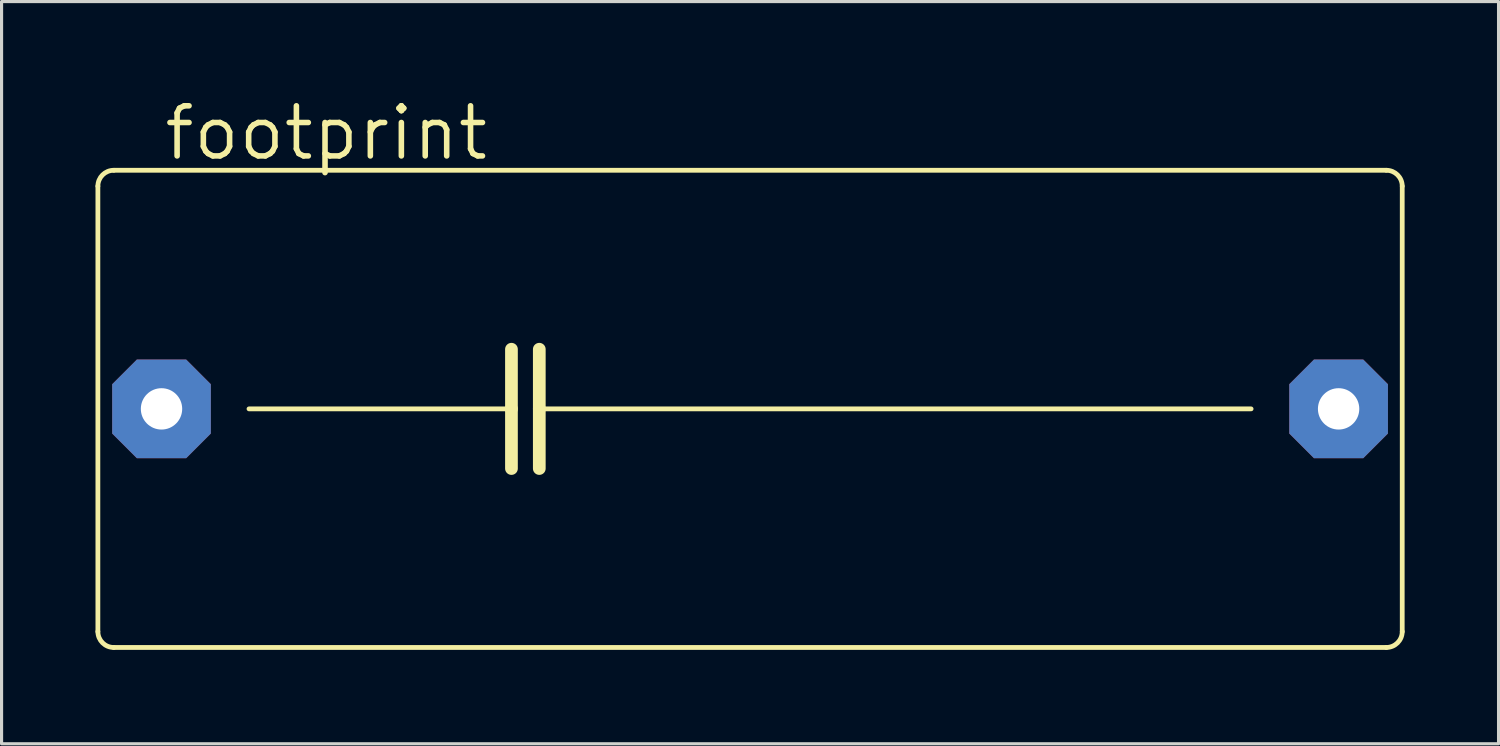
<source format=kicad_pcb>
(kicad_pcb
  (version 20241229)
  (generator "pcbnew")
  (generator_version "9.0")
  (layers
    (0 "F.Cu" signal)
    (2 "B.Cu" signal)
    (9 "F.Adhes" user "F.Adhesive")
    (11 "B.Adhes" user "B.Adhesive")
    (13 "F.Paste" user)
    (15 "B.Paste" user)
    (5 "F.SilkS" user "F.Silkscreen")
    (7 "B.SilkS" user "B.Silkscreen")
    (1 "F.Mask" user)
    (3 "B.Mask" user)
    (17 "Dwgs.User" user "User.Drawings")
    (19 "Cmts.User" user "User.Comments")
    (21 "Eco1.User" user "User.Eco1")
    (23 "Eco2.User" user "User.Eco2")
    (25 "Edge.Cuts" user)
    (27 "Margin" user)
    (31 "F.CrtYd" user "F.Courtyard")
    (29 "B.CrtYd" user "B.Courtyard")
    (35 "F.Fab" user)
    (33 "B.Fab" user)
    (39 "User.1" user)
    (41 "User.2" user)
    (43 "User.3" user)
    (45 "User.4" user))
  (footprint "footprint"
    (layer "F.Cu")
    (at 20.904 10.008)
    (property "Reference" "footprint" (at -18.796 -7.874 0) (layer "F.SilkS") (effects (font (size 1.6 1.6) (thickness 0.178)) (justify left bottom)))
    (fp_line (start -20.828 7.112) (end -20.828 -7.112) (stroke (width 0.152) (type solid)) (layer "F.SilkS"))
    (fp_line (start -20.32 -7.62) (end 20.32 -7.62) (stroke (width 0.152) (type solid)) (layer "F.SilkS"))
    (fp_line (start -16.002 0) (end -7.62 0) (stroke (width 0.152) (type solid)) (layer "F.SilkS"))
    (fp_line (start -7.62 -1.905) (end -7.62 0) (stroke (width 0.406) (type solid)) (layer "F.SilkS"))
    (fp_line (start -7.62 0) (end -7.62 1.905) (stroke (width 0.406) (type solid)) (layer "F.SilkS"))
    (fp_line (start -6.731 -1.905) (end -6.731 0) (stroke (width 0.406) (type solid)) (layer "F.SilkS"))
    (fp_line (start -6.731 0) (end -6.731 1.905) (stroke (width 0.406) (type solid)) (layer "F.SilkS"))
    (fp_line (start -6.731 0) (end 16.002 0) (stroke (width 0.152) (type solid)) (layer "F.SilkS"))
    (fp_line (start 20.32 7.62) (end -20.32 7.62) (stroke (width 0.152) (type solid)) (layer "F.SilkS"))
    (fp_line (start 20.828 -7.112) (end 20.828 7.112) (stroke (width 0.152) (type solid)) (layer "F.SilkS"))
    (fp_arc (start -20.828 -7.112) (mid -20.67921 -7.47121) (end -20.32 -7.62) (stroke (width 0.1524) (type solid)) (layer "F.SilkS"))
    (fp_arc (start -20.32 7.62) (mid -20.67921 7.47121) (end -20.828 7.112) (stroke (width 0.1524) (type solid)) (layer "F.SilkS"))
    (fp_arc (start 20.32 -7.62) (mid 20.67921 -7.47121) (end 20.828 -7.112) (stroke (width 0.1524) (type solid)) (layer "F.SilkS"))
    (fp_arc (start 20.828 7.112) (mid 20.67921 7.47121) (end 20.32 7.62) (stroke (width 0.1524) (type solid)) (layer "F.SilkS"))
    (pad "1" thru_hole roundrect (at -18.796 0) (size 3.15 3.15) (drill 1.321) (layers "*.Cu" "*.Mask") (roundrect_rratio 0.25) (chamfer_ratio 0.25) (chamfer top_left top_right bottom_left bottom_right))
    (pad "2" thru_hole roundrect (at 18.796 0) (size 3.15 3.15) (drill 1.321) (layers "*.Cu" "*.Mask") (roundrect_rratio 0.25) (chamfer_ratio 0.25) (chamfer top_left top_right bottom_left bottom_right)))
  (gr_rect
    (start -3 -3)
    (end 44.808 20.704)
    (stroke (width 0.1) (type default))
    (fill no)
    (layer "Edge.Cuts")))
</source>
